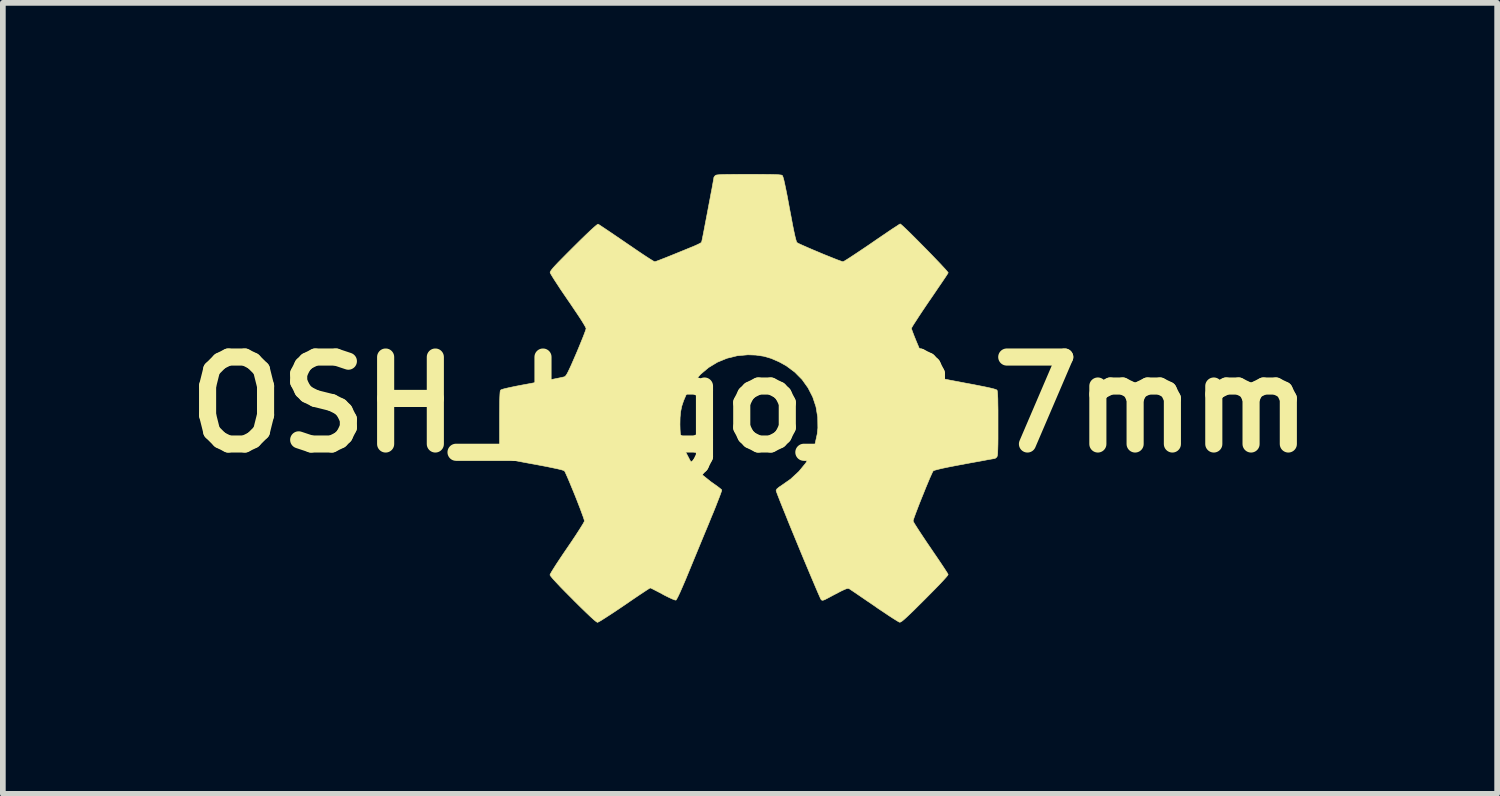
<source format=kicad_pcb>
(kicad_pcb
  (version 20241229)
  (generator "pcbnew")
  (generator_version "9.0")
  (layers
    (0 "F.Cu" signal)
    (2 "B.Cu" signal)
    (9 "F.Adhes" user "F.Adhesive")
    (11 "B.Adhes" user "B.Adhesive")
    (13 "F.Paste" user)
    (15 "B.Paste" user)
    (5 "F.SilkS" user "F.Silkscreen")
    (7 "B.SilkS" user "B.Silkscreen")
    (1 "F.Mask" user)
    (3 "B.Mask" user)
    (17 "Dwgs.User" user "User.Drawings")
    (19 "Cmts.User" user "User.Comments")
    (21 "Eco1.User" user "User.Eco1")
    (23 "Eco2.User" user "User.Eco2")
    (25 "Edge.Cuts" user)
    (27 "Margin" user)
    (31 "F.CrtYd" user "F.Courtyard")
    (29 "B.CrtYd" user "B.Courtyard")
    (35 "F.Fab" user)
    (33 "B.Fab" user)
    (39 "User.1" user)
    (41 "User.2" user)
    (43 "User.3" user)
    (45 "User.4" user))
  (footprint "OSH_logo_8.7mm"
    (layer "F.Cu")
    (at 10.095 4.042)
    (property "Reference" "OSH_logo_8.7mm" (at 0 0 0) (layer "F.SilkS") (effects (font (size 1.524 1.524) (thickness 0.3))))
    (attr through_hole)
    (fp_poly (pts (xy 0.13 -4.037) (xy 0.256 -4.036) (xy 0.358 -4.035) (xy 0.436 -4.033) (xy 0.494 -4.03) (xy 0.533 -4.026) (xy 0.557 -4.022) (xy 0.564 -4.018) (xy 0.572 -4.005) (xy 0.582 -3.976) (xy 0.595 -3.928) (xy 0.61 -3.86) (xy 0.629 -3.769) (xy 0.652 -3.655) (xy 0.678 -3.514) (xy 0.693 -3.433) (xy 0.724 -3.271) (xy 0.749 -3.137) (xy 0.771 -3.03) (xy 0.789 -2.948) (xy 0.804 -2.89) (xy 0.815 -2.854) (xy 0.823 -2.841) (xy 0.842 -2.829) (xy 0.884 -2.809) (xy 0.945 -2.782) (xy 1.02 -2.749) (xy 1.106 -2.712) (xy 1.197 -2.674) (xy 1.289 -2.635) (xy 1.379 -2.599) (xy 1.461 -2.566) (xy 1.532 -2.538) (xy 1.587 -2.518) (xy 1.622 -2.506) (xy 1.631 -2.505) (xy 1.647 -2.513) (xy 1.685 -2.536) (xy 1.742 -2.572) (xy 1.815 -2.62) (xy 1.901 -2.677) (xy 1.998 -2.742) (xy 2.103 -2.813) (xy 2.136 -2.836) (xy 2.242 -2.909) (xy 2.341 -2.976) (xy 2.429 -3.036) (xy 2.505 -3.087) (xy 2.566 -3.126) (xy 2.608 -3.154) (xy 2.63 -3.167) (xy 2.632 -3.168) (xy 2.647 -3.157) (xy 2.679 -3.129) (xy 2.726 -3.085) (xy 2.786 -3.027) (xy 2.854 -2.96) (xy 2.93 -2.884) (xy 3.009 -2.804) (xy 3.09 -2.722) (xy 3.17 -2.64) (xy 3.245 -2.562) (xy 3.315 -2.489) (xy 3.374 -2.426) (xy 3.423 -2.373) (xy 3.456 -2.335) (xy 3.472 -2.314) (xy 3.473 -2.311) (xy 3.463 -2.295) (xy 3.439 -2.257) (xy 3.401 -2.2) (xy 3.352 -2.128) (xy 3.294 -2.043) (xy 3.229 -1.947) (xy 3.158 -1.843) (xy 3.147 -1.828) (xy 3.076 -1.723) (xy 3.01 -1.625) (xy 2.952 -1.537) (xy 2.903 -1.461) (xy 2.864 -1.401) (xy 2.839 -1.359) (xy 2.829 -1.338) (xy 2.829 -1.336) (xy 2.835 -1.314) (xy 2.851 -1.27) (xy 2.875 -1.207) (xy 2.906 -1.13) (xy 2.942 -1.044) (xy 2.981 -0.951) (xy 3.021 -0.858) (xy 3.061 -0.767) (xy 3.098 -0.684) (xy 3.131 -0.613) (xy 3.157 -0.557) (xy 3.176 -0.521) (xy 3.183 -0.511) (xy 3.196 -0.502) (xy 3.223 -0.492) (xy 3.266 -0.48) (xy 3.326 -0.466) (xy 3.407 -0.449) (xy 3.511 -0.428) (xy 3.64 -0.404) (xy 3.759 -0.381) (xy 3.911 -0.353) (xy 4.037 -0.328) (xy 4.137 -0.308) (xy 4.214 -0.291) (xy 4.27 -0.277) (xy 4.306 -0.266) (xy 4.325 -0.257) (xy 4.328 -0.255) (xy 4.333 -0.241) (xy 4.337 -0.212) (xy 4.34 -0.166) (xy 4.343 -0.101) (xy 4.344 -0.014) (xy 4.346 0.096) (xy 4.346 0.232) (xy 4.346 0.333) (xy 4.346 0.479) (xy 4.346 0.598) (xy 4.345 0.693) (xy 4.343 0.767) (xy 4.341 0.823) (xy 4.339 0.863) (xy 4.335 0.891) (xy 4.33 0.908) (xy 4.325 0.918) (xy 4.323 0.92) (xy 4.301 0.938) (xy 4.291 0.943) (xy 4.275 0.946) (xy 4.234 0.953) (xy 4.17 0.964) (xy 4.087 0.98) (xy 3.988 0.998) (xy 3.876 1.018) (xy 3.758 1.04) (xy 3.603 1.069) (xy 3.475 1.094) (xy 3.374 1.115) (xy 3.298 1.133) (xy 3.246 1.147) (xy 3.217 1.157) (xy 3.21 1.162) (xy 3.199 1.181) (xy 3.179 1.224) (xy 3.151 1.286) (xy 3.119 1.363) (xy 3.082 1.451) (xy 3.044 1.546) (xy 3.005 1.642) (xy 2.967 1.737) (xy 2.933 1.826) (xy 2.903 1.905) (xy 2.879 1.97) (xy 2.864 2.015) (xy 2.858 2.038) (xy 2.858 2.039) (xy 2.866 2.057) (xy 2.889 2.096) (xy 2.926 2.154) (xy 2.973 2.227) (xy 3.03 2.313) (xy 3.094 2.409) (xy 3.163 2.51) (xy 3.232 2.612) (xy 3.297 2.707) (xy 3.354 2.792) (xy 3.402 2.864) (xy 3.439 2.921) (xy 3.463 2.959) (xy 3.472 2.976) (xy 3.464 2.992) (xy 3.435 3.027) (xy 3.387 3.08) (xy 3.321 3.15) (xy 3.239 3.235) (xy 3.141 3.334) (xy 3.067 3.409) (xy 2.961 3.514) (xy 2.874 3.601) (xy 2.803 3.669) (xy 2.747 3.722) (xy 2.704 3.761) (xy 2.672 3.788) (xy 2.649 3.804) (xy 2.632 3.812) (xy 2.621 3.813) (xy 2.62 3.813) (xy 2.6 3.803) (xy 2.559 3.778) (xy 2.5 3.741) (xy 2.426 3.693) (xy 2.34 3.635) (xy 2.245 3.572) (xy 2.174 3.522) (xy 2.075 3.455) (xy 1.983 3.392) (xy 1.901 3.336) (xy 1.832 3.289) (xy 1.78 3.254) (xy 1.746 3.231) (xy 1.735 3.225) (xy 1.723 3.221) (xy 1.708 3.222) (xy 1.684 3.228) (xy 1.651 3.242) (xy 1.603 3.264) (xy 1.539 3.297) (xy 1.455 3.341) (xy 1.36 3.392) (xy 1.311 3.417) (xy 1.28 3.428) (xy 1.261 3.428) (xy 1.247 3.418) (xy 1.247 3.418) (xy 1.237 3.401) (xy 1.218 3.358) (xy 1.19 3.295) (xy 1.154 3.211) (xy 1.112 3.112) (xy 1.064 2.999) (xy 1.012 2.875) (xy 0.956 2.742) (xy 0.899 2.605) (xy 0.841 2.464) (xy 0.783 2.323) (xy 0.726 2.185) (xy 0.672 2.053) (xy 0.622 1.928) (xy 0.576 1.815) (xy 0.536 1.715) (xy 0.503 1.631) (xy 0.478 1.566) (xy 0.462 1.523) (xy 0.457 1.505) (xy 0.47 1.478) (xy 0.509 1.445) (xy 0.541 1.424) (xy 0.711 1.305) (xy 0.856 1.171) (xy 0.976 1.025) (xy 1.07 0.865) (xy 1.138 0.695) (xy 1.178 0.513) (xy 1.189 0.409) (xy 1.186 0.22) (xy 1.156 0.038) (xy 1.099 -0.134) (xy 1.017 -0.294) (xy 0.912 -0.441) (xy 0.784 -0.57) (xy 0.635 -0.681) (xy 0.508 -0.751) (xy 0.37 -0.811) (xy 0.238 -0.849) (xy 0.102 -0.869) (xy -0.037 -0.874) (xy -0.225 -0.857) (xy -0.404 -0.813) (xy -0.572 -0.744) (xy -0.727 -0.65) (xy -0.866 -0.533) (xy -0.987 -0.395) (xy -1.087 -0.238) (xy -1.119 -0.175) (xy -1.164 -0.07) (xy -1.196 0.026) (xy -1.216 0.122) (xy -1.226 0.228) (xy -1.228 0.346) (xy -1.226 0.434) (xy -1.222 0.502) (xy -1.215 0.56) (xy -1.202 0.616) (xy -1.188 0.668) (xy -1.128 0.83) (xy -1.052 0.976) (xy -0.955 1.108) (xy -0.835 1.232) (xy -0.689 1.349) (xy -0.63 1.391) (xy -0.577 1.428) (xy -0.533 1.462) (xy -0.504 1.486) (xy -0.496 1.495) (xy -0.499 1.513) (xy -0.513 1.554) (xy -0.536 1.616) (xy -0.567 1.695) (xy -0.603 1.788) (xy -0.645 1.892) (xy -0.677 1.968) (xy -0.731 2.101) (xy -0.794 2.252) (xy -0.861 2.414) (xy -0.929 2.579) (xy -0.995 2.739) (xy -1.055 2.885) (xy -1.07 2.921) (xy -1.131 3.069) (xy -1.184 3.192) (xy -1.227 3.29) (xy -1.261 3.362) (xy -1.285 3.407) (xy -1.298 3.426) (xy -1.299 3.426) (xy -1.321 3.422) (xy -1.365 3.405) (xy -1.427 3.376) (xy -1.503 3.338) (xy -1.53 3.323) (xy -1.601 3.285) (xy -1.663 3.253) (xy -1.712 3.228) (xy -1.742 3.214) (xy -1.749 3.212) (xy -1.764 3.22) (xy -1.8 3.243) (xy -1.855 3.279) (xy -1.926 3.326) (xy -2.009 3.382) (xy -2.103 3.446) (xy -2.202 3.514) (xy -2.304 3.583) (xy -2.4 3.647) (xy -2.486 3.703) (xy -2.559 3.75) (xy -2.616 3.786) (xy -2.656 3.808) (xy -2.673 3.816) (xy -2.693 3.805) (xy -2.733 3.773) (xy -2.793 3.719) (xy -2.872 3.644) (xy -2.972 3.547) (xy -3.091 3.429) (xy -3.105 3.414) (xy -3.223 3.296) (xy -3.321 3.196) (xy -3.398 3.114) (xy -3.455 3.052) (xy -3.491 3.008) (xy -3.506 2.985) (xy -3.506 2.983) (xy -3.498 2.964) (xy -3.475 2.924) (xy -3.439 2.866) (xy -3.392 2.792) (xy -3.335 2.706) (xy -3.271 2.61) (xy -3.204 2.512) (xy -3.127 2.399) (xy -3.059 2.297) (xy -3.002 2.209) (xy -2.956 2.136) (xy -2.923 2.082) (xy -2.905 2.048) (xy -2.902 2.038) (xy -2.908 2.014) (xy -2.923 1.968) (xy -2.947 1.903) (xy -2.976 1.824) (xy -3.011 1.734) (xy -3.048 1.639) (xy -3.087 1.542) (xy -3.126 1.448) (xy -3.162 1.36) (xy -3.195 1.283) (xy -3.222 1.222) (xy -3.242 1.179) (xy -3.253 1.161) (xy -3.271 1.152) (xy -3.31 1.14) (xy -3.372 1.125) (xy -3.457 1.107) (xy -3.568 1.084) (xy -3.706 1.058) (xy -3.809 1.039) (xy -3.95 1.013) (xy -4.066 0.991) (xy -4.158 0.973) (xy -4.229 0.958) (xy -4.282 0.945) (xy -4.319 0.934) (xy -4.344 0.925) (xy -4.36 0.916) (xy -4.365 0.911) (xy -4.371 0.901) (xy -4.377 0.887) (xy -4.381 0.866) (xy -4.384 0.834) (xy -4.387 0.789) (xy -4.389 0.729) (xy -4.39 0.649) (xy -4.39 0.548) (xy -4.39 0.422) (xy -4.39 0.325) (xy -4.39 0.173) (xy -4.389 0.047) (xy -4.388 -0.053) (xy -4.386 -0.13) (xy -4.383 -0.187) (xy -4.38 -0.226) (xy -4.375 -0.248) (xy -4.372 -0.254) (xy -4.358 -0.263) (xy -4.327 -0.273) (xy -4.276 -0.286) (xy -4.204 -0.302) (xy -4.109 -0.322) (xy -3.989 -0.345) (xy -3.842 -0.372) (xy -3.823 -0.376) (xy -3.7 -0.399) (xy -3.586 -0.42) (xy -3.482 -0.44) (xy -3.394 -0.458) (xy -3.324 -0.472) (xy -3.276 -0.483) (xy -3.253 -0.488) (xy -3.241 -0.496) (xy -3.227 -0.51) (xy -3.211 -0.534) (xy -3.191 -0.571) (xy -3.166 -0.623) (xy -3.133 -0.694) (xy -3.093 -0.786) (xy -3.043 -0.901) (xy -3 -1.004) (xy -2.961 -1.099) (xy -2.927 -1.183) (xy -2.9 -1.253) (xy -2.882 -1.303) (xy -2.873 -1.332) (xy -2.873 -1.335) (xy -2.882 -1.357) (xy -2.907 -1.402) (xy -2.947 -1.468) (xy -3.003 -1.554) (xy -3.073 -1.658) (xy -3.155 -1.78) (xy -3.185 -1.823) (xy -3.256 -1.927) (xy -3.322 -2.024) (xy -3.38 -2.113) (xy -3.429 -2.188) (xy -3.467 -2.249) (xy -3.492 -2.291) (xy -3.503 -2.313) (xy -3.503 -2.313) (xy -3.502 -2.325) (xy -3.494 -2.341) (xy -3.478 -2.364) (xy -3.453 -2.395) (xy -3.415 -2.437) (xy -3.364 -2.491) (xy -3.297 -2.559) (xy -3.213 -2.644) (xy -3.11 -2.747) (xy -3.096 -2.761) (xy -2.976 -2.88) (xy -2.876 -2.977) (xy -2.795 -3.054) (xy -2.733 -3.11) (xy -2.691 -3.146) (xy -2.667 -3.162) (xy -2.662 -3.163) (xy -2.645 -3.153) (xy -2.607 -3.128) (xy -2.55 -3.09) (xy -2.477 -3.041) (xy -2.391 -2.983) (xy -2.294 -2.917) (xy -2.19 -2.846) (xy -2.167 -2.83) (xy -2.061 -2.758) (xy -1.963 -2.691) (xy -1.875 -2.632) (xy -1.799 -2.582) (xy -1.738 -2.543) (xy -1.695 -2.517) (xy -1.673 -2.505) (xy -1.672 -2.505) (xy -1.652 -2.51) (xy -1.61 -2.525) (xy -1.548 -2.549) (xy -1.471 -2.579) (xy -1.384 -2.614) (xy -1.322 -2.639) (xy -1.197 -2.69) (xy -1.097 -2.731) (xy -1.019 -2.763) (xy -0.959 -2.788) (xy -0.916 -2.808) (xy -0.887 -2.822) (xy -0.868 -2.832) (xy -0.857 -2.841) (xy -0.851 -2.848) (xy -0.847 -2.856) (xy -0.847 -2.856) (xy -0.843 -2.874) (xy -0.834 -2.917) (xy -0.821 -2.982) (xy -0.805 -3.064) (xy -0.787 -3.159) (xy -0.767 -3.263) (xy -0.746 -3.373) (xy -0.725 -3.485) (xy -0.704 -3.594) (xy -0.685 -3.697) (xy -0.667 -3.789) (xy -0.653 -3.868) (xy -0.642 -3.929) (xy -0.635 -3.968) (xy -0.634 -3.981) (xy -0.624 -3.998) (xy -0.61 -4.014) (xy -0.601 -4.02) (xy -0.586 -4.025) (xy -0.561 -4.028) (xy -0.524 -4.031) (xy -0.472 -4.034) (xy -0.403 -4.035) (xy -0.313 -4.036) (xy -0.2 -4.037) (xy -0.06 -4.037) (xy -0.024 -4.037) (xy 0.13 -4.037)) (stroke (width 0.01) (type solid)) (fill yes) (layer "F.SilkS")))
  (gr_rect
    (start -3 -3)
    (end 23.189 10.863)
    (stroke (width 0.1) (type default))
    (fill no)
    (layer "Edge.Cuts")))
</source>
